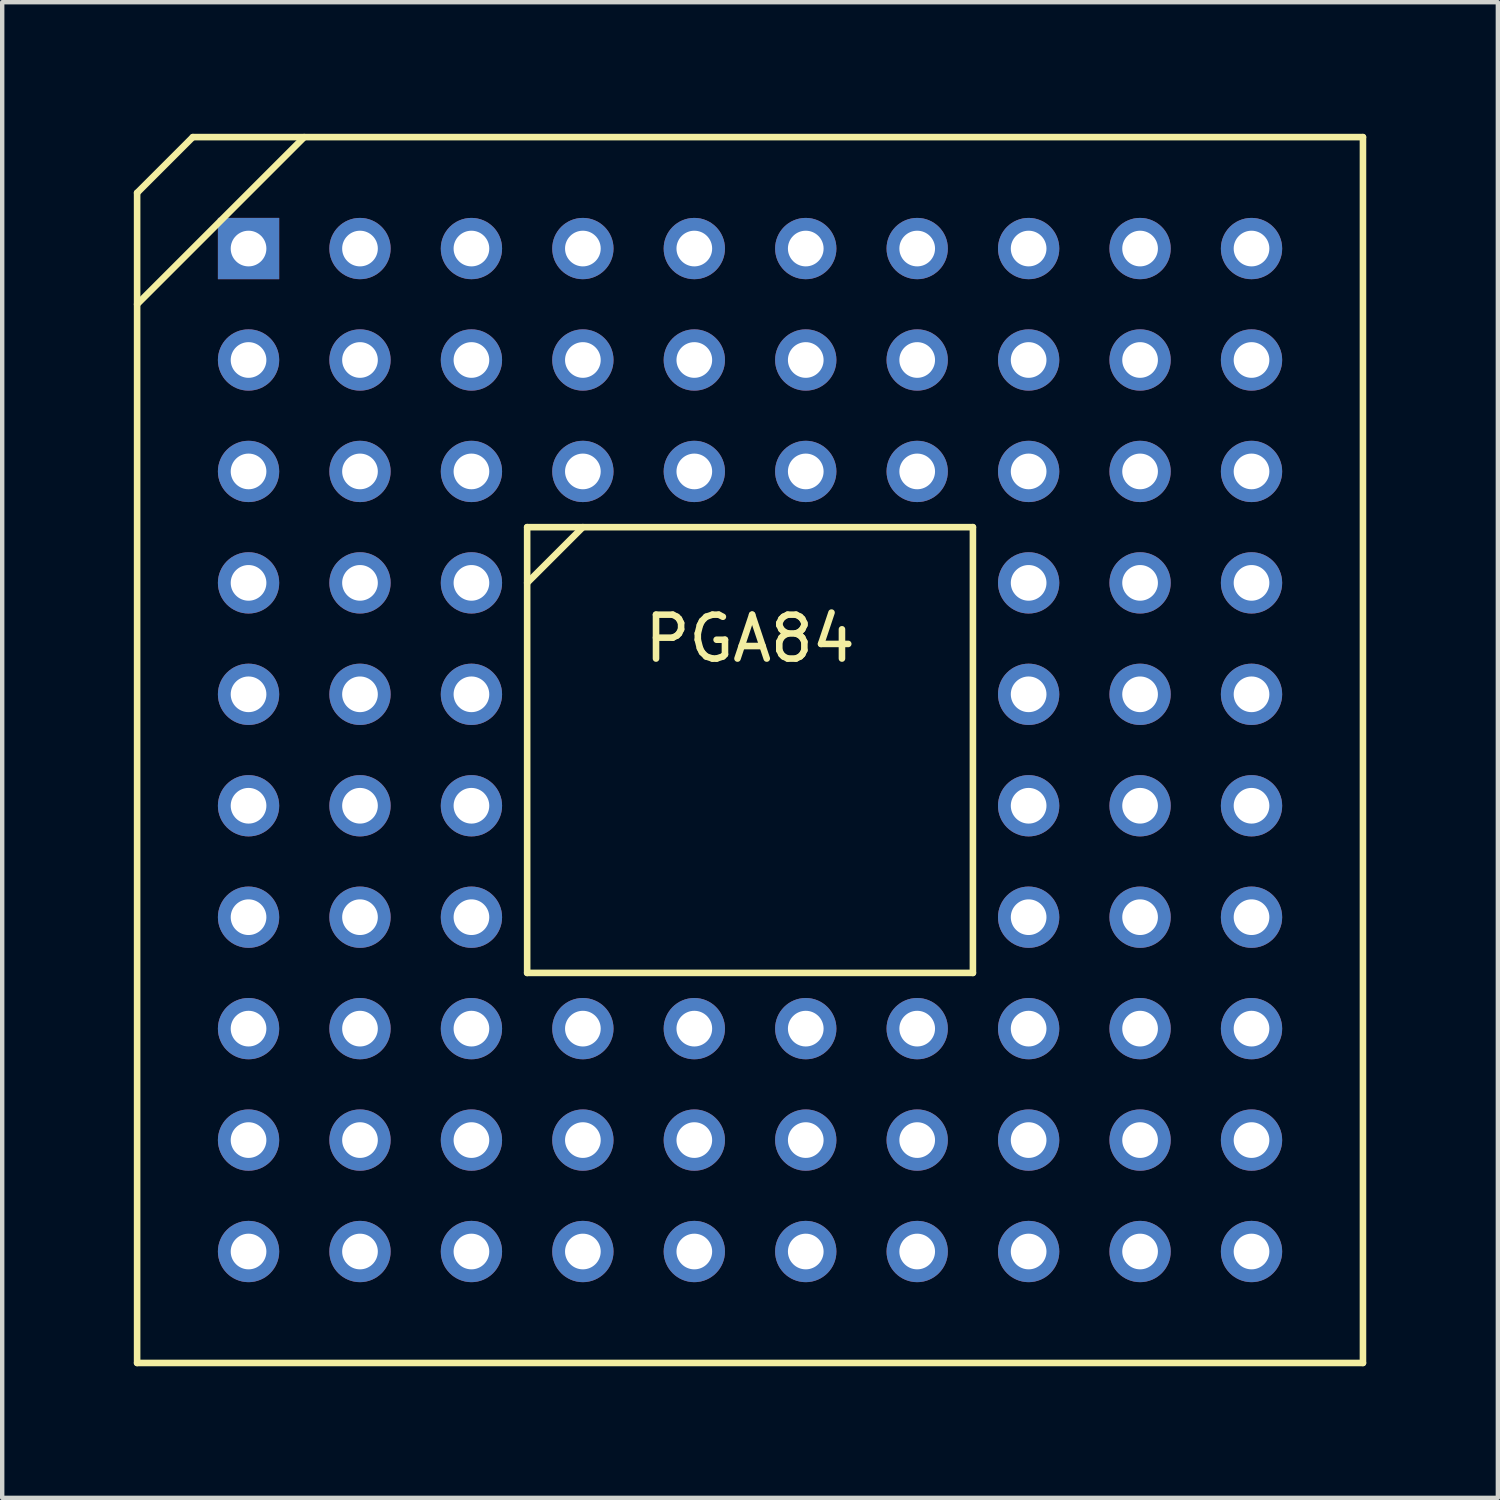
<source format=kicad_pcb>
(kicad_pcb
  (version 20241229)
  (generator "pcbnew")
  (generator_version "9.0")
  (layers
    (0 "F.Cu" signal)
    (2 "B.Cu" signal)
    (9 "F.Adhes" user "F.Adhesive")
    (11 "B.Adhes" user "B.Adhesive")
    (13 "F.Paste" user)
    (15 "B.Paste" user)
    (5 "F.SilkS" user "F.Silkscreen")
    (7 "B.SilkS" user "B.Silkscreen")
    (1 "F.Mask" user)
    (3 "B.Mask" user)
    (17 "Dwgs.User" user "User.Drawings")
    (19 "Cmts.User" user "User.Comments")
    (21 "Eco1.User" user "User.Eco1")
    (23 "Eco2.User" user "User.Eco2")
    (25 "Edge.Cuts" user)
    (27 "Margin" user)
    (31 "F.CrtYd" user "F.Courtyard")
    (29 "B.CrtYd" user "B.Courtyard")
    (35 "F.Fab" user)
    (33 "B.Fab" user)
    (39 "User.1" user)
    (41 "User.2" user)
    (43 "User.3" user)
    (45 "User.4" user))
  (footprint "PGA84"
    (layer "F.Cu")
    (at 14.045 14.045)
    (property "Reference" "PGA84" (at 0 -2.54 0) (layer "F.SilkS") (effects (font (size 1 1) (thickness 0.15))))
    (attr through_hole)
    (fp_line (start -13.97 -12.7) (end -12.7 -13.97) (stroke (width 0.15) (type solid)) (layer "F.SilkS"))
    (fp_line (start -13.97 -10.16) (end -10.16 -13.97) (stroke (width 0.15) (type solid)) (layer "F.SilkS"))
    (fp_line (start -13.97 13.97) (end -13.97 -12.7) (stroke (width 0.15) (type solid)) (layer "F.SilkS"))
    (fp_line (start -12.7 -13.97) (end 13.97 -13.97) (stroke (width 0.15) (type solid)) (layer "F.SilkS"))
    (fp_line (start -5.08 -5.08) (end 5.08 -5.08) (stroke (width 0.15) (type solid)) (layer "F.SilkS"))
    (fp_line (start -5.08 -3.81) (end -3.81 -5.08) (stroke (width 0.15) (type solid)) (layer "F.SilkS"))
    (fp_line (start -5.08 5.08) (end -5.08 -5.08) (stroke (width 0.15) (type solid)) (layer "F.SilkS"))
    (fp_line (start 5.08 -5.08) (end 5.08 5.08) (stroke (width 0.15) (type solid)) (layer "F.SilkS"))
    (fp_line (start 5.08 5.08) (end -5.08 5.08) (stroke (width 0.15) (type solid)) (layer "F.SilkS"))
    (fp_line (start 13.97 -13.97) (end 13.97 13.97) (stroke (width 0.15) (type solid)) (layer "F.SilkS"))
    (fp_line (start 13.97 13.97) (end -13.97 13.97) (stroke (width 0.15) (type solid)) (layer "F.SilkS"))
    (pad "A1" thru_hole rect (at -11.43 -11.43) (size 1.397 1.397) (drill 0.813) (layers "*.Cu" "*.Mask"))
    (pad "A2" thru_hole circle (at -8.89 -11.43) (size 1.397 1.397) (drill 0.813) (layers "*.Cu" "*.Mask"))
    (pad "A3" thru_hole circle (at -6.35 -11.43) (size 1.397 1.397) (drill 0.813) (layers "*.Cu" "*.Mask"))
    (pad "A4" thru_hole circle (at -3.81 -11.43) (size 1.397 1.397) (drill 0.813) (layers "*.Cu" "*.Mask"))
    (pad "A5" thru_hole circle (at -1.27 -11.43) (size 1.397 1.397) (drill 0.813) (layers "*.Cu" "*.Mask"))
    (pad "A6" thru_hole circle (at 1.27 -11.43) (size 1.397 1.397) (drill 0.813) (layers "*.Cu" "*.Mask"))
    (pad "A7" thru_hole circle (at 3.81 -11.43) (size 1.397 1.397) (drill 0.813) (layers "*.Cu" "*.Mask"))
    (pad "A8" thru_hole circle (at 6.35 -11.43) (size 1.397 1.397) (drill 0.813) (layers "*.Cu" "*.Mask"))
    (pad "A9" thru_hole circle (at 8.89 -11.43) (size 1.397 1.397) (drill 0.813) (layers "*.Cu" "*.Mask"))
    (pad "A10" thru_hole circle (at 11.43 -11.43) (size 1.397 1.397) (drill 0.813) (layers "*.Cu" "*.Mask"))
    (pad "B1" thru_hole circle (at -11.43 -8.89) (size 1.397 1.397) (drill 0.813) (layers "*.Cu" "*.Mask"))
    (pad "B2" thru_hole circle (at -8.89 -8.89) (size 1.397 1.397) (drill 0.813) (layers "*.Cu" "*.Mask"))
    (pad "B3" thru_hole circle (at -6.35 -8.89) (size 1.397 1.397) (drill 0.813) (layers "*.Cu" "*.Mask"))
    (pad "B4" thru_hole circle (at -3.81 -8.89) (size 1.397 1.397) (drill 0.813) (layers "*.Cu" "*.Mask"))
    (pad "B5" thru_hole circle (at -1.27 -8.89) (size 1.397 1.397) (drill 0.813) (layers "*.Cu" "*.Mask"))
    (pad "B6" thru_hole circle (at 1.27 -8.89) (size 1.397 1.397) (drill 0.813) (layers "*.Cu" "*.Mask"))
    (pad "B7" thru_hole circle (at 3.81 -8.89) (size 1.397 1.397) (drill 0.813) (layers "*.Cu" "*.Mask"))
    (pad "B8" thru_hole circle (at 6.35 -8.89) (size 1.397 1.397) (drill 0.813) (layers "*.Cu" "*.Mask"))
    (pad "B9" thru_hole circle (at 8.89 -8.89) (size 1.397 1.397) (drill 0.813) (layers "*.Cu" "*.Mask"))
    (pad "B10" thru_hole circle (at 11.43 -8.89) (size 1.397 1.397) (drill 0.813) (layers "*.Cu" "*.Mask"))
    (pad "C1" thru_hole circle (at -11.43 -6.35) (size 1.397 1.397) (drill 0.813) (layers "*.Cu" "*.Mask"))
    (pad "C2" thru_hole circle (at -8.89 -6.35) (size 1.397 1.397) (drill 0.813) (layers "*.Cu" "*.Mask"))
    (pad "C3" thru_hole circle (at -6.35 -6.35) (size 1.397 1.397) (drill 0.813) (layers "*.Cu" "*.Mask"))
    (pad "C4" thru_hole circle (at -3.81 -6.35) (size 1.397 1.397) (drill 0.813) (layers "*.Cu" "*.Mask"))
    (pad "C5" thru_hole circle (at -1.27 -6.35) (size 1.397 1.397) (drill 0.813) (layers "*.Cu" "*.Mask"))
    (pad "C6" thru_hole circle (at 1.27 -6.35) (size 1.397 1.397) (drill 0.813) (layers "*.Cu" "*.Mask"))
    (pad "C7" thru_hole circle (at 3.81 -6.35) (size 1.397 1.397) (drill 0.813) (layers "*.Cu" "*.Mask"))
    (pad "C8" thru_hole circle (at 6.35 -6.35) (size 1.397 1.397) (drill 0.813) (layers "*.Cu" "*.Mask"))
    (pad "C9" thru_hole circle (at 8.89 -6.35) (size 1.397 1.397) (drill 0.813) (layers "*.Cu" "*.Mask"))
    (pad "C10" thru_hole circle (at 11.43 -6.35) (size 1.397 1.397) (drill 0.813) (layers "*.Cu" "*.Mask"))
    (pad "D1" thru_hole circle (at -11.43 -3.81) (size 1.397 1.397) (drill 0.813) (layers "*.Cu" "*.Mask"))
    (pad "D2" thru_hole circle (at -8.89 -3.81) (size 1.397 1.397) (drill 0.813) (layers "*.Cu" "*.Mask"))
    (pad "D3" thru_hole circle (at -6.35 -3.81) (size 1.397 1.397) (drill 0.813) (layers "*.Cu" "*.Mask"))
    (pad "D8" thru_hole circle (at 6.35 -3.81) (size 1.397 1.397) (drill 0.813) (layers "*.Cu" "*.Mask"))
    (pad "D9" thru_hole circle (at 8.89 -3.81) (size 1.397 1.397) (drill 0.813) (layers "*.Cu" "*.Mask"))
    (pad "D10" thru_hole circle (at 11.43 -3.81) (size 1.397 1.397) (drill 0.813) (layers "*.Cu" "*.Mask"))
    (pad "E1" thru_hole circle (at -11.43 -1.27) (size 1.397 1.397) (drill 0.813) (layers "*.Cu" "*.Mask"))
    (pad "E2" thru_hole circle (at -8.89 -1.27) (size 1.397 1.397) (drill 0.813) (layers "*.Cu" "*.Mask"))
    (pad "E3" thru_hole circle (at -6.35 -1.27) (size 1.397 1.397) (drill 0.813) (layers "*.Cu" "*.Mask"))
    (pad "E8" thru_hole circle (at 6.35 -1.27) (size 1.397 1.397) (drill 0.813) (layers "*.Cu" "*.Mask"))
    (pad "E9" thru_hole circle (at 8.89 -1.27) (size 1.397 1.397) (drill 0.813) (layers "*.Cu" "*.Mask"))
    (pad "E10" thru_hole circle (at 11.43 -1.27) (size 1.397 1.397) (drill 0.813) (layers "*.Cu" "*.Mask"))
    (pad "F1" thru_hole circle (at -11.43 1.27) (size 1.397 1.397) (drill 0.813) (layers "*.Cu" "*.Mask"))
    (pad "F2" thru_hole circle (at -8.89 1.27) (size 1.397 1.397) (drill 0.813) (layers "*.Cu" "*.Mask"))
    (pad "F3" thru_hole circle (at -6.35 1.27) (size 1.397 1.397) (drill 0.813) (layers "*.Cu" "*.Mask"))
    (pad "F8" thru_hole circle (at 6.35 1.27) (size 1.397 1.397) (drill 0.813) (layers "*.Cu" "*.Mask"))
    (pad "F9" thru_hole circle (at 8.89 1.27) (size 1.397 1.397) (drill 0.813) (layers "*.Cu" "*.Mask"))
    (pad "F10" thru_hole circle (at 11.43 1.27) (size 1.397 1.397) (drill 0.813) (layers "*.Cu" "*.Mask"))
    (pad "G1" thru_hole circle (at -11.43 3.81) (size 1.397 1.397) (drill 0.813) (layers "*.Cu" "*.Mask"))
    (pad "G2" thru_hole circle (at -8.89 3.81) (size 1.397 1.397) (drill 0.813) (layers "*.Cu" "*.Mask"))
    (pad "G3" thru_hole circle (at -6.35 3.81) (size 1.397 1.397) (drill 0.813) (layers "*.Cu" "*.Mask"))
    (pad "G8" thru_hole circle (at 6.35 3.81) (size 1.397 1.397) (drill 0.813) (layers "*.Cu" "*.Mask"))
    (pad "G9" thru_hole circle (at 8.89 3.81) (size 1.397 1.397) (drill 0.813) (layers "*.Cu" "*.Mask"))
    (pad "G10" thru_hole circle (at 11.43 3.81) (size 1.397 1.397) (drill 0.813) (layers "*.Cu" "*.Mask"))
    (pad "H1" thru_hole circle (at -11.43 6.35) (size 1.397 1.397) (drill 0.813) (layers "*.Cu" "*.Mask"))
    (pad "H2" thru_hole circle (at -8.89 6.35) (size 1.397 1.397) (drill 0.813) (layers "*.Cu" "*.Mask"))
    (pad "H3" thru_hole circle (at -6.35 6.35) (size 1.397 1.397) (drill 0.813) (layers "*.Cu" "*.Mask"))
    (pad "H4" thru_hole circle (at -3.81 6.35) (size 1.397 1.397) (drill 0.813) (layers "*.Cu" "*.Mask"))
    (pad "H5" thru_hole circle (at -1.27 6.35) (size 1.397 1.397) (drill 0.813) (layers "*.Cu" "*.Mask"))
    (pad "H6" thru_hole circle (at 1.27 6.35) (size 1.397 1.397) (drill 0.813) (layers "*.Cu" "*.Mask"))
    (pad "H7" thru_hole circle (at 3.81 6.35) (size 1.397 1.397) (drill 0.813) (layers "*.Cu" "*.Mask"))
    (pad "H8" thru_hole circle (at 6.35 6.35) (size 1.397 1.397) (drill 0.813) (layers "*.Cu" "*.Mask"))
    (pad "H9" thru_hole circle (at 8.89 6.35) (size 1.397 1.397) (drill 0.813) (layers "*.Cu" "*.Mask"))
    (pad "H10" thru_hole circle (at 11.43 6.35) (size 1.397 1.397) (drill 0.813) (layers "*.Cu" "*.Mask"))
    (pad "J1" thru_hole circle (at -11.43 8.89) (size 1.397 1.397) (drill 0.813) (layers "*.Cu" "*.Mask"))
    (pad "J2" thru_hole circle (at -8.89 8.89) (size 1.397 1.397) (drill 0.813) (layers "*.Cu" "*.Mask"))
    (pad "J3" thru_hole circle (at -6.35 8.89) (size 1.397 1.397) (drill 0.813) (layers "*.Cu" "*.Mask"))
    (pad "J4" thru_hole circle (at -3.81 8.89) (size 1.397 1.397) (drill 0.813) (layers "*.Cu" "*.Mask"))
    (pad "J5" thru_hole circle (at -1.27 8.89) (size 1.397 1.397) (drill 0.813) (layers "*.Cu" "*.Mask"))
    (pad "J6" thru_hole circle (at 1.27 8.89) (size 1.397 1.397) (drill 0.813) (layers "*.Cu" "*.Mask"))
    (pad "J7" thru_hole circle (at 3.81 8.89) (size 1.397 1.397) (drill 0.813) (layers "*.Cu" "*.Mask"))
    (pad "J8" thru_hole circle (at 6.35 8.89) (size 1.397 1.397) (drill 0.813) (layers "*.Cu" "*.Mask"))
    (pad "J9" thru_hole circle (at 8.89 8.89) (size 1.397 1.397) (drill 0.813) (layers "*.Cu" "*.Mask"))
    (pad "J10" thru_hole circle (at 11.43 8.89) (size 1.397 1.397) (drill 0.813) (layers "*.Cu" "*.Mask"))
    (pad "K1" thru_hole circle (at -11.43 11.43) (size 1.397 1.397) (drill 0.813) (layers "*.Cu" "*.Mask"))
    (pad "K2" thru_hole circle (at -8.89 11.43) (size 1.397 1.397) (drill 0.813) (layers "*.Cu" "*.Mask"))
    (pad "K3" thru_hole circle (at -6.35 11.43) (size 1.397 1.397) (drill 0.813) (layers "*.Cu" "*.Mask"))
    (pad "K4" thru_hole circle (at -3.81 11.43) (size 1.397 1.397) (drill 0.813) (layers "*.Cu" "*.Mask"))
    (pad "K5" thru_hole circle (at -1.27 11.43) (size 1.397 1.397) (drill 0.813) (layers "*.Cu" "*.Mask"))
    (pad "K6" thru_hole circle (at 1.27 11.43) (size 1.397 1.397) (drill 0.813) (layers "*.Cu" "*.Mask"))
    (pad "K7" thru_hole circle (at 3.81 11.43) (size 1.397 1.397) (drill 0.813) (layers "*.Cu" "*.Mask"))
    (pad "K8" thru_hole circle (at 6.35 11.43) (size 1.397 1.397) (drill 0.813) (layers "*.Cu" "*.Mask"))
    (pad "K9" thru_hole circle (at 8.89 11.43) (size 1.397 1.397) (drill 0.813) (layers "*.Cu" "*.Mask"))
    (pad "K10" thru_hole circle (at 11.43 11.43) (size 1.397 1.397) (drill 0.813) (layers "*.Cu" "*.Mask")))
  (gr_rect
    (start -3 -3)
    (end 31.09 31.09)
    (stroke (width 0.1) (type default))
    (fill no)
    (layer "Edge.Cuts")))
</source>
